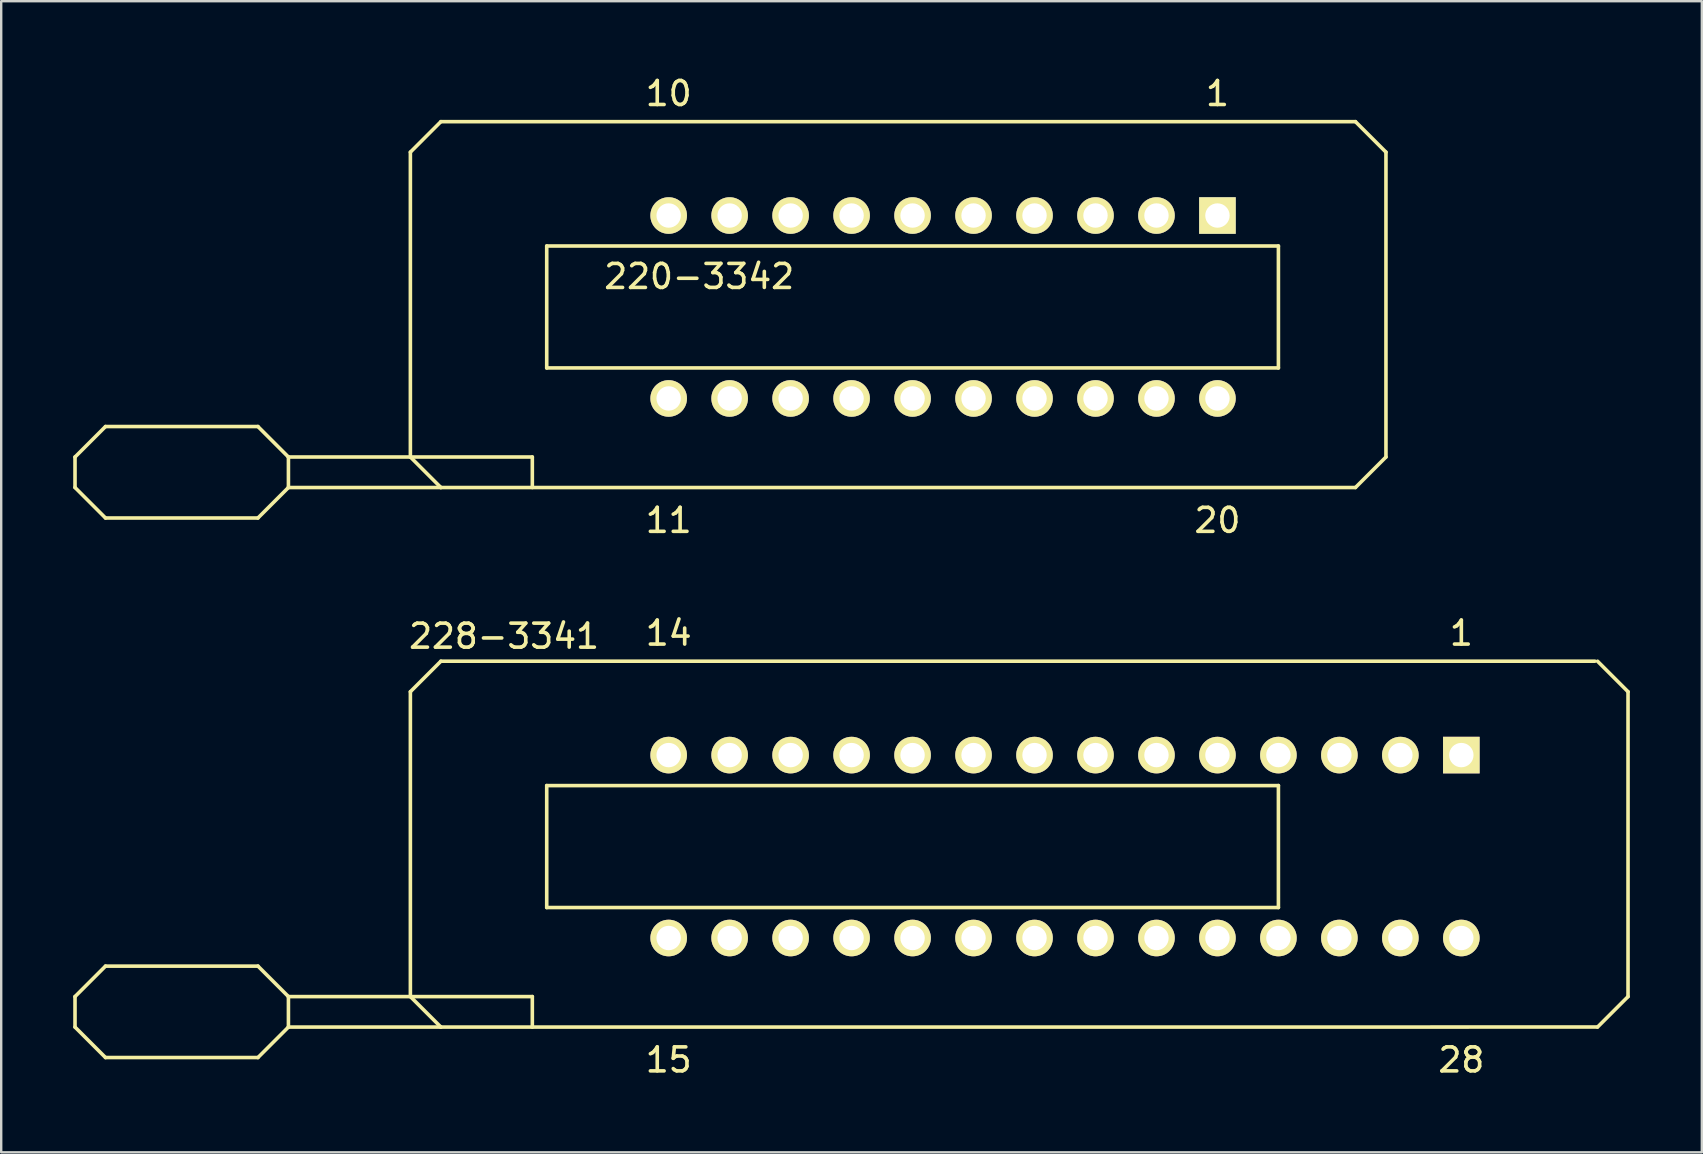
<source format=kicad_pcb>
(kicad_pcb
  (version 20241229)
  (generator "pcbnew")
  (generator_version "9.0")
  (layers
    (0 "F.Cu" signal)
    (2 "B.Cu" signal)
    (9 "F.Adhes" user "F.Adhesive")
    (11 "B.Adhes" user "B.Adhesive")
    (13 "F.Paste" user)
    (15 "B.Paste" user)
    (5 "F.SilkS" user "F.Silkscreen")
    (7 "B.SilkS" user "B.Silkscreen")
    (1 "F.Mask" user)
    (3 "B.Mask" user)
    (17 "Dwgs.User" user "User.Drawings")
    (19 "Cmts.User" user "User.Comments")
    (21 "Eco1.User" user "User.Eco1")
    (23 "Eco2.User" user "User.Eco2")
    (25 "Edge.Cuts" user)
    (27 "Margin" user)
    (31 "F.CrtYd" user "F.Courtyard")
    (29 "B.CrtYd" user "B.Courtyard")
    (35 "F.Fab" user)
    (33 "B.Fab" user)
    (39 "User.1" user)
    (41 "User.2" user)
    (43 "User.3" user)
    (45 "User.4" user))
  (footprint "228-3341"
    (layer "F.Cu")
    (at 36.235 32.215)
    (property "Reference" "228-3341" (at -18.288 -8.763 180) (layer "F.SilkS") (effects (font (size 1 1) (thickness 0.15))))
    (attr through_hole)
    (fp_line (start -36.16 6.25) (end -36.16 7.52) (stroke (width 0.15) (type solid)) (layer "F.SilkS"))
    (fp_line (start -36.16 7.52) (end -34.89 8.79) (stroke (width 0.15) (type solid)) (layer "F.SilkS"))
    (fp_line (start -34.89 4.98) (end -36.16 6.25) (stroke (width 0.15) (type solid)) (layer "F.SilkS"))
    (fp_line (start -34.89 8.79) (end -28.54 8.79) (stroke (width 0.15) (type solid)) (layer "F.SilkS"))
    (fp_line (start -28.54 4.98) (end -34.89 4.98) (stroke (width 0.15) (type solid)) (layer "F.SilkS"))
    (fp_line (start -28.54 8.79) (end -27.27 7.52) (stroke (width 0.15) (type solid)) (layer "F.SilkS"))
    (fp_line (start -27.27 6.25) (end -28.54 4.98) (stroke (width 0.15) (type solid)) (layer "F.SilkS"))
    (fp_line (start -27.27 6.25) (end -17.11 6.25) (stroke (width 0.15) (type solid)) (layer "F.SilkS"))
    (fp_line (start -27.27 7.52) (end -27.27 6.25) (stroke (width 0.15) (type solid)) (layer "F.SilkS"))
    (fp_line (start -27.27 7.52) (end -20.92 7.52) (stroke (width 0.15) (type solid)) (layer "F.SilkS"))
    (fp_line (start -22.19 -6.45) (end -20.92 -7.72) (stroke (width 0.15) (type solid)) (layer "F.SilkS"))
    (fp_line (start -22.19 6.25) (end -22.19 -6.45) (stroke (width 0.15) (type solid)) (layer "F.SilkS"))
    (fp_line (start -20.92 -7.72) (end 27.153 -7.722) (stroke (width 0.15) (type solid)) (layer "F.SilkS"))
    (fp_line (start -20.92 7.52) (end -22.19 6.25) (stroke (width 0.15) (type solid)) (layer "F.SilkS"))
    (fp_line (start -17.11 6.25) (end -17.11 7.52) (stroke (width 0.15) (type solid)) (layer "F.SilkS"))
    (fp_line (start -16.51 -2.54) (end -16.51 2.54) (stroke (width 0.15) (type solid)) (layer "F.SilkS"))
    (fp_line (start -16.51 2.54) (end 13.97 2.54) (stroke (width 0.15) (type solid)) (layer "F.SilkS"))
    (fp_line (start 13.97 -2.54) (end -16.51 -2.54) (stroke (width 0.15) (type solid)) (layer "F.SilkS"))
    (fp_line (start 13.97 2.54) (end 13.97 -2.54) (stroke (width 0.15) (type solid)) (layer "F.SilkS"))
    (fp_line (start 27.254 7.518) (end -20.92 7.52) (stroke (width 0.15) (type solid)) (layer "F.SilkS"))
    (fp_line (start 27.264 -7.72) (end 28.534 -6.45) (stroke (width 0.15) (type solid)) (layer "F.SilkS"))
    (fp_line (start 28.534 -6.45) (end 28.534 6.25) (stroke (width 0.15) (type solid)) (layer "F.SilkS"))
    (fp_line (start 28.534 6.25) (end 27.264 7.52) (stroke (width 0.15) (type solid)) (layer "F.SilkS"))
    (fp_text user "14" (at -11.43 -8.89 0) (layer "F.SilkS") (effects (font (size 1 1) (thickness 0.15))))
    (fp_text user "1" (at 21.59 -8.89 0) (layer "F.SilkS") (effects (font (size 1 1) (thickness 0.15))))
    (fp_text user "28" (at 21.59 8.89 0) (layer "F.SilkS") (effects (font (size 1 1) (thickness 0.15))))
    (fp_text user "15" (at -11.43 8.89 0) (layer "F.SilkS") (effects (font (size 1 1) (thickness 0.15))))
    (pad "1" thru_hole rect (at 21.59 -3.81) (size 1.524 1.524) (drill 1.016) (layers "*.Cu" "*.Mask" "F.SilkS"))
    (pad "2" thru_hole circle (at 19.05 -3.81) (size 1.524 1.524) (drill 1.016) (layers "*.Cu" "*.Mask" "F.SilkS"))
    (pad "3" thru_hole circle (at 16.51 -3.81) (size 1.524 1.524) (drill 1.016) (layers "*.Cu" "*.Mask" "F.SilkS"))
    (pad "4" thru_hole circle (at 13.97 -3.81) (size 1.524 1.524) (drill 1.016) (layers "*.Cu" "*.Mask" "F.SilkS"))
    (pad "5" thru_hole circle (at 11.43 -3.81) (size 1.524 1.524) (drill 1.016) (layers "*.Cu" "*.Mask" "F.SilkS"))
    (pad "6" thru_hole circle (at 8.89 -3.81) (size 1.524 1.524) (drill 1.016) (layers "*.Cu" "*.Mask" "F.SilkS"))
    (pad "7" thru_hole circle (at 6.35 -3.81) (size 1.524 1.524) (drill 1.016) (layers "*.Cu" "*.Mask" "F.SilkS"))
    (pad "8" thru_hole circle (at 3.81 -3.81) (size 1.524 1.524) (drill 1.016) (layers "*.Cu" "*.Mask" "F.SilkS"))
    (pad "9" thru_hole circle (at 1.27 -3.81) (size 1.524 1.524) (drill 1.016) (layers "*.Cu" "*.Mask" "F.SilkS"))
    (pad "10" thru_hole circle (at -1.27 -3.81) (size 1.524 1.524) (drill 1.016) (layers "*.Cu" "*.Mask" "F.SilkS"))
    (pad "11" thru_hole circle (at -3.81 -3.81) (size 1.524 1.524) (drill 1.016) (layers "*.Cu" "*.Mask" "F.SilkS"))
    (pad "12" thru_hole circle (at -6.35 -3.81) (size 1.524 1.524) (drill 1.016) (layers "*.Cu" "*.Mask" "F.SilkS"))
    (pad "13" thru_hole circle (at -8.89 -3.81) (size 1.524 1.524) (drill 1.016) (layers "*.Cu" "*.Mask" "F.SilkS"))
    (pad "14" thru_hole circle (at -11.43 -3.81) (size 1.524 1.524) (drill 1.016) (layers "*.Cu" "*.Mask" "F.SilkS"))
    (pad "15" thru_hole circle (at -11.43 3.81) (size 1.524 1.524) (drill 1.016) (layers "*.Cu" "*.Mask" "F.SilkS"))
    (pad "16" thru_hole circle (at -8.89 3.81) (size 1.524 1.524) (drill 1.016) (layers "*.Cu" "*.Mask" "F.SilkS"))
    (pad "17" thru_hole circle (at -6.35 3.81) (size 1.524 1.524) (drill 1.016) (layers "*.Cu" "*.Mask" "F.SilkS"))
    (pad "18" thru_hole circle (at -3.81 3.81) (size 1.524 1.524) (drill 1.016) (layers "*.Cu" "*.Mask" "F.SilkS"))
    (pad "19" thru_hole circle (at -1.27 3.81) (size 1.524 1.524) (drill 1.016) (layers "*.Cu" "*.Mask" "F.SilkS"))
    (pad "20" thru_hole circle (at 1.27 3.81) (size 1.524 1.524) (drill 1.016) (layers "*.Cu" "*.Mask" "F.SilkS"))
    (pad "21" thru_hole circle (at 3.81 3.81) (size 1.524 1.524) (drill 1.016) (layers "*.Cu" "*.Mask" "F.SilkS"))
    (pad "22" thru_hole circle (at 6.35 3.81) (size 1.524 1.524) (drill 1.016) (layers "*.Cu" "*.Mask" "F.SilkS"))
    (pad "23" thru_hole circle (at 8.89 3.81) (size 1.524 1.524) (drill 1.016) (layers "*.Cu" "*.Mask" "F.SilkS"))
    (pad "24" thru_hole circle (at 11.43 3.81) (size 1.524 1.524) (drill 1.016) (layers "*.Cu" "*.Mask" "F.SilkS"))
    (pad "25" thru_hole circle (at 13.97 3.81) (size 1.524 1.524) (drill 1.016) (layers "*.Cu" "*.Mask" "F.SilkS"))
    (pad "26" thru_hole circle (at 16.51 3.81) (size 1.524 1.524) (drill 1.016) (layers "*.Cu" "*.Mask" "F.SilkS"))
    (pad "27" thru_hole circle (at 19.05 3.81) (size 1.524 1.524) (drill 1.016) (layers "*.Cu" "*.Mask" "F.SilkS"))
    (pad "28" thru_hole circle (at 21.59 3.81) (size 1.524 1.524) (drill 1.016) (layers "*.Cu" "*.Mask" "F.SilkS")))
  (footprint "220-3342"
    (layer "F.Cu")
    (at 36.235 9.738)
    (property "Reference" "220-3342" (at -10.16 -1.27 180) (layer "F.SilkS") (effects (font (size 1 1) (thickness 0.15))))
    (attr through_hole)
    (fp_line (start -36.16 6.25) (end -36.16 7.52) (stroke (width 0.15) (type solid)) (layer "F.SilkS"))
    (fp_line (start -36.16 7.52) (end -34.89 8.79) (stroke (width 0.15) (type solid)) (layer "F.SilkS"))
    (fp_line (start -34.89 4.98) (end -36.16 6.25) (stroke (width 0.15) (type solid)) (layer "F.SilkS"))
    (fp_line (start -34.89 8.79) (end -28.54 8.79) (stroke (width 0.15) (type solid)) (layer "F.SilkS"))
    (fp_line (start -28.54 4.98) (end -34.89 4.98) (stroke (width 0.15) (type solid)) (layer "F.SilkS"))
    (fp_line (start -28.54 8.79) (end -27.27 7.52) (stroke (width 0.15) (type solid)) (layer "F.SilkS"))
    (fp_line (start -27.27 6.25) (end -28.54 4.98) (stroke (width 0.15) (type solid)) (layer "F.SilkS"))
    (fp_line (start -27.27 6.25) (end -17.11 6.25) (stroke (width 0.15) (type solid)) (layer "F.SilkS"))
    (fp_line (start -27.27 7.52) (end -27.27 6.25) (stroke (width 0.15) (type solid)) (layer "F.SilkS"))
    (fp_line (start -27.27 7.52) (end -20.92 7.52) (stroke (width 0.15) (type solid)) (layer "F.SilkS"))
    (fp_line (start -22.19 -6.45) (end -20.92 -7.72) (stroke (width 0.15) (type solid)) (layer "F.SilkS"))
    (fp_line (start -22.19 6.25) (end -22.19 -6.45) (stroke (width 0.15) (type solid)) (layer "F.SilkS"))
    (fp_line (start -20.92 -7.72) (end 17.18 -7.72) (stroke (width 0.15) (type solid)) (layer "F.SilkS"))
    (fp_line (start -20.92 7.52) (end -22.19 6.25) (stroke (width 0.15) (type solid)) (layer "F.SilkS"))
    (fp_line (start -17.11 6.25) (end -17.11 7.52) (stroke (width 0.15) (type solid)) (layer "F.SilkS"))
    (fp_line (start -16.51 -2.54) (end -16.51 2.54) (stroke (width 0.15) (type solid)) (layer "F.SilkS"))
    (fp_line (start -16.51 2.54) (end 13.97 2.54) (stroke (width 0.15) (type solid)) (layer "F.SilkS"))
    (fp_line (start 13.97 -2.54) (end -16.51 -2.54) (stroke (width 0.15) (type solid)) (layer "F.SilkS"))
    (fp_line (start 13.97 2.54) (end 13.97 -2.54) (stroke (width 0.15) (type solid)) (layer "F.SilkS"))
    (fp_line (start 17.18 -7.72) (end 18.45 -6.45) (stroke (width 0.15) (type solid)) (layer "F.SilkS"))
    (fp_line (start 17.18 7.52) (end -20.92 7.52) (stroke (width 0.15) (type solid)) (layer "F.SilkS"))
    (fp_line (start 18.45 -6.45) (end 18.45 6.25) (stroke (width 0.15) (type solid)) (layer "F.SilkS"))
    (fp_line (start 18.45 6.25) (end 17.18 7.52) (stroke (width 0.15) (type solid)) (layer "F.SilkS"))
    (fp_text user "20" (at 11.43 8.89 0) (layer "F.SilkS") (effects (font (size 1 1) (thickness 0.15))))
    (fp_text user "11" (at -11.43 8.89 0) (layer "F.SilkS") (effects (font (size 1 1) (thickness 0.15))))
    (fp_text user "10" (at -11.43 -8.89 0) (layer "F.SilkS") (effects (font (size 1 1) (thickness 0.15))))
    (fp_text user "1" (at 11.43 -8.89 0) (layer "F.SilkS") (effects (font (size 1 1) (thickness 0.15))))
    (pad "1" thru_hole rect (at 11.43 -3.81) (size 1.524 1.524) (drill 1.016) (layers "*.Cu" "*.Mask" "F.SilkS"))
    (pad "2" thru_hole circle (at 8.89 -3.81) (size 1.524 1.524) (drill 1.016) (layers "*.Cu" "*.Mask" "F.SilkS"))
    (pad "3" thru_hole circle (at 6.35 -3.81) (size 1.524 1.524) (drill 1.016) (layers "*.Cu" "*.Mask" "F.SilkS"))
    (pad "4" thru_hole circle (at 3.81 -3.81) (size 1.524 1.524) (drill 1.016) (layers "*.Cu" "*.Mask" "F.SilkS"))
    (pad "5" thru_hole circle (at 1.27 -3.81) (size 1.524 1.524) (drill 1.016) (layers "*.Cu" "*.Mask" "F.SilkS"))
    (pad "6" thru_hole circle (at -1.27 -3.81) (size 1.524 1.524) (drill 1.016) (layers "*.Cu" "*.Mask" "F.SilkS"))
    (pad "7" thru_hole circle (at -3.81 -3.81) (size 1.524 1.524) (drill 1.016) (layers "*.Cu" "*.Mask" "F.SilkS"))
    (pad "8" thru_hole circle (at -6.35 -3.81) (size 1.524 1.524) (drill 1.016) (layers "*.Cu" "*.Mask" "F.SilkS"))
    (pad "9" thru_hole circle (at -8.89 -3.81) (size 1.524 1.524) (drill 1.016) (layers "*.Cu" "*.Mask" "F.SilkS"))
    (pad "10" thru_hole circle (at -11.43 -3.81) (size 1.524 1.524) (drill 1.016) (layers "*.Cu" "*.Mask" "F.SilkS"))
    (pad "11" thru_hole circle (at -11.43 3.81) (size 1.524 1.524) (drill 1.016) (layers "*.Cu" "*.Mask" "F.SilkS"))
    (pad "12" thru_hole circle (at -8.89 3.81) (size 1.524 1.524) (drill 1.016) (layers "*.Cu" "*.Mask" "F.SilkS"))
    (pad "13" thru_hole circle (at -6.35 3.81) (size 1.524 1.524) (drill 1.016) (layers "*.Cu" "*.Mask" "F.SilkS"))
    (pad "14" thru_hole circle (at -3.81 3.81) (size 1.524 1.524) (drill 1.016) (layers "*.Cu" "*.Mask" "F.SilkS"))
    (pad "15" thru_hole circle (at -1.27 3.81) (size 1.524 1.524) (drill 1.016) (layers "*.Cu" "*.Mask" "F.SilkS"))
    (pad "16" thru_hole circle (at 1.27 3.81) (size 1.524 1.524) (drill 1.016) (layers "*.Cu" "*.Mask" "F.SilkS"))
    (pad "17" thru_hole circle (at 3.81 3.81) (size 1.524 1.524) (drill 1.016) (layers "*.Cu" "*.Mask" "F.SilkS"))
    (pad "18" thru_hole circle (at 6.35 3.81) (size 1.524 1.524) (drill 1.016) (layers "*.Cu" "*.Mask" "F.SilkS"))
    (pad "19" thru_hole circle (at 8.89 3.81) (size 1.524 1.524) (drill 1.016) (layers "*.Cu" "*.Mask" "F.SilkS"))
    (pad "20" thru_hole circle (at 11.43 3.81) (size 1.524 1.524) (drill 1.016) (layers "*.Cu" "*.Mask" "F.SilkS")))
  (gr_rect
    (start -3 -3)
    (end 67.844 44.953)
    (stroke (width 0.1) (type default))
    (fill no)
    (layer "Edge.Cuts")))
</source>
